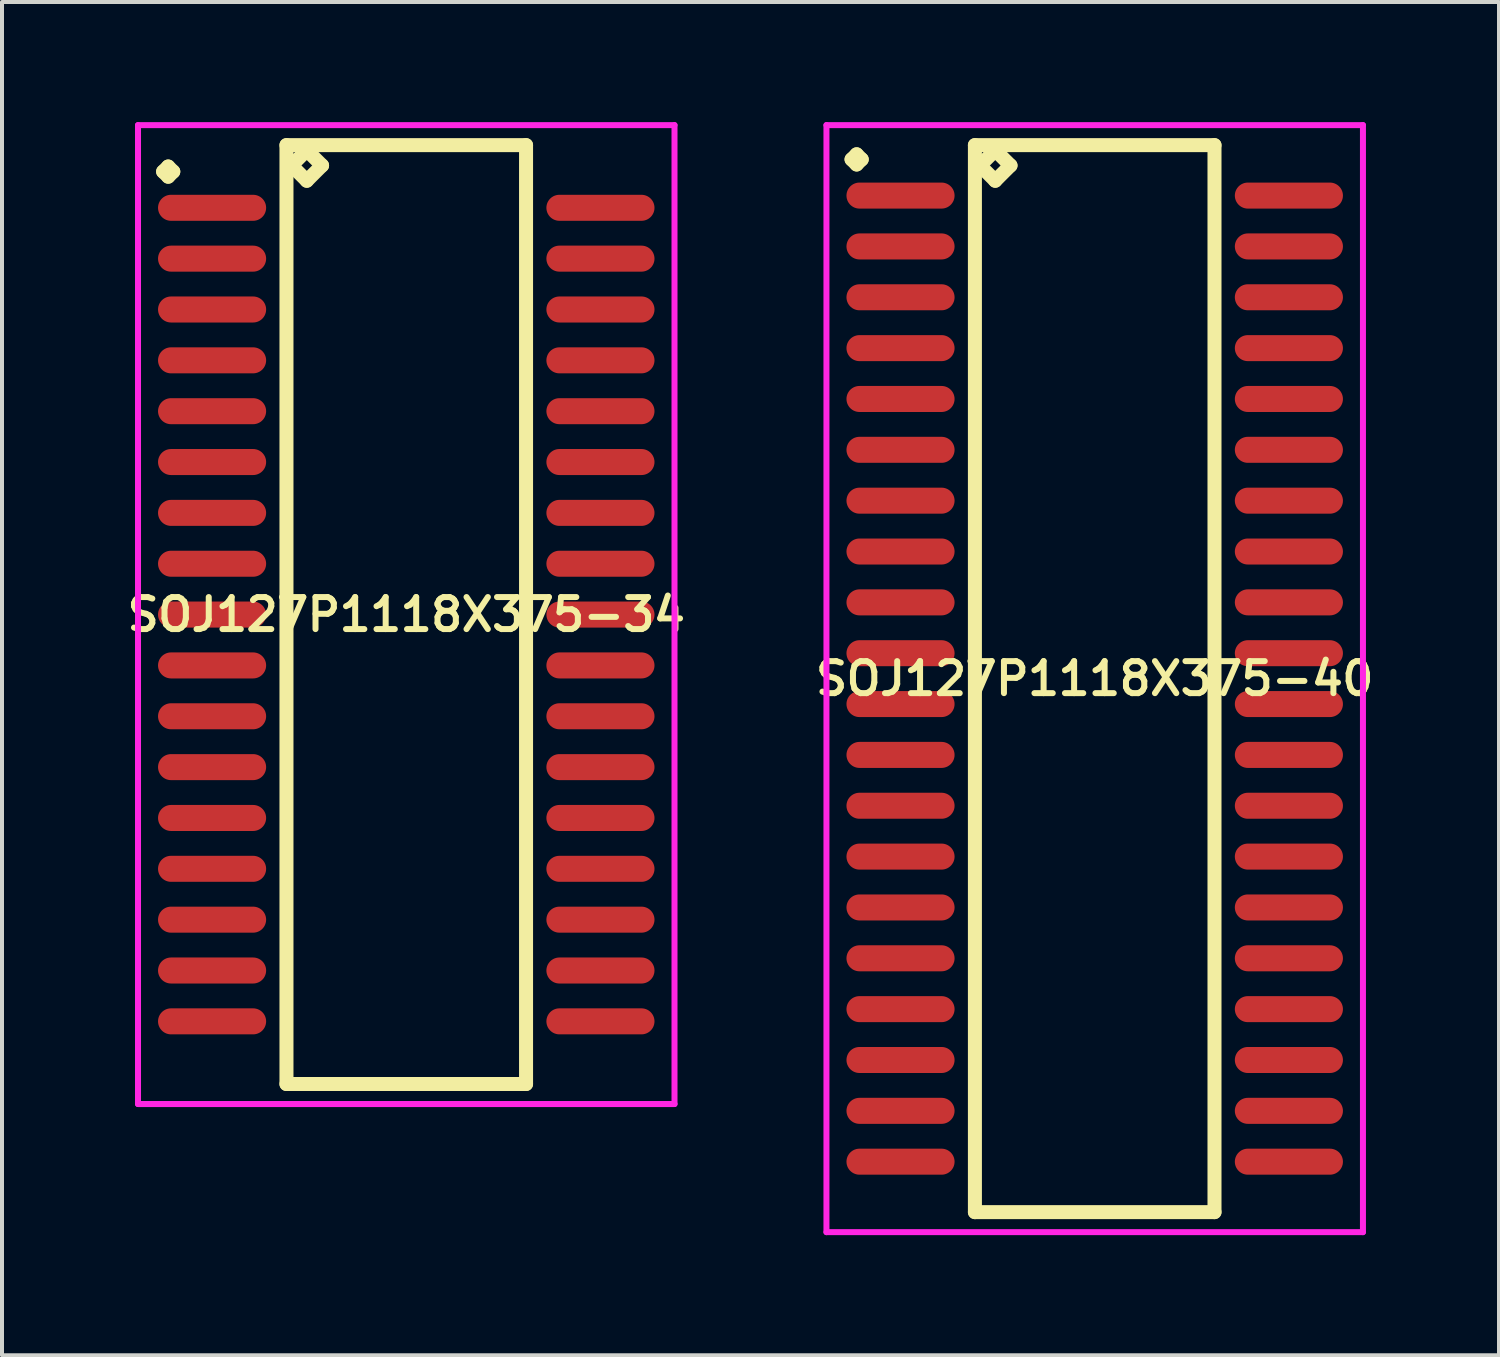
<source format=kicad_pcb>
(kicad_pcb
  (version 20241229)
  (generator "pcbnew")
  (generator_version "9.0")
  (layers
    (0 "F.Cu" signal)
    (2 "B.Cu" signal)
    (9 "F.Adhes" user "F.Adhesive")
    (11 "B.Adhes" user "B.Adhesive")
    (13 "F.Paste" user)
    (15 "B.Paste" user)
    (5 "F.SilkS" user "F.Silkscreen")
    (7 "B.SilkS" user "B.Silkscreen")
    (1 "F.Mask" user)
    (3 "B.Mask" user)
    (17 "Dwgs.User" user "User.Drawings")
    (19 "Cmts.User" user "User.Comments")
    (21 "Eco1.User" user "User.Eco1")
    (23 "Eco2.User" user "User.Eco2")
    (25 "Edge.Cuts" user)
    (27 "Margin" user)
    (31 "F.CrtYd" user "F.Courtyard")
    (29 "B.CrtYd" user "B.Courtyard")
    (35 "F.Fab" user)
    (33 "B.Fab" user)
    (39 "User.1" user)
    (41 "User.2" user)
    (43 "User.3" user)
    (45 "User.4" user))
  (footprint "SOJ127P1118X375-40"
    (layer "F.Cu")
    (at 24.292 13.9)
    (property "Reference" "SOJ127P1118X375-40" (at 0 0 0) (layer "F.SilkS") (effects (font (size 0.8 0.8) (thickness 0.15))))
    (attr smd)
    (fp_line (start -6.073 -12.969) (end -5.946 -13.096) (stroke (width 0.35) (type solid)) (layer "F.SilkS"))
    (fp_line (start -5.946 -13.096) (end -5.819 -12.969) (stroke (width 0.35) (type solid)) (layer "F.SilkS"))
    (fp_line (start -5.946 -12.842) (end -6.073 -12.969) (stroke (width 0.35) (type solid)) (layer "F.SilkS"))
    (fp_line (start -5.819 -12.969) (end -5.946 -12.842) (stroke (width 0.35) (type solid)) (layer "F.SilkS"))
    (fp_line (start -2.992 -13.325) (end -2.992 13.325) (stroke (width 0.35) (type solid)) (layer "F.SilkS"))
    (fp_line (start -2.992 13.325) (end 2.992 13.325) (stroke (width 0.35) (type solid)) (layer "F.SilkS"))
    (fp_line (start -2.865 -12.817) (end -2.484 -13.198) (stroke (width 0.35) (type solid)) (layer "F.SilkS"))
    (fp_line (start -2.484 -13.198) (end -2.103 -12.817) (stroke (width 0.35) (type solid)) (layer "F.SilkS"))
    (fp_line (start -2.484 -12.436) (end -2.865 -12.817) (stroke (width 0.35) (type solid)) (layer "F.SilkS"))
    (fp_line (start -2.103 -12.817) (end -2.484 -12.436) (stroke (width 0.35) (type solid)) (layer "F.SilkS"))
    (fp_line (start 2.992 -13.325) (end -2.992 -13.325) (stroke (width 0.35) (type solid)) (layer "F.SilkS"))
    (fp_line (start 2.992 13.325) (end 2.992 -13.325) (stroke (width 0.35) (type solid)) (layer "F.SilkS"))
    (fp_line (start -6.7 -13.825) (end 6.7 -13.825) (stroke (width 0.15) (type solid)) (layer "F.CrtYd"))
    (fp_line (start -6.7 13.825) (end -6.7 -13.825) (stroke (width 0.15) (type solid)) (layer "F.CrtYd"))
    (fp_line (start 6.7 -13.825) (end 6.7 13.825) (stroke (width 0.15) (type solid)) (layer "F.CrtYd"))
    (fp_line (start 6.7 13.825) (end -6.7 13.825) (stroke (width 0.15) (type solid)) (layer "F.CrtYd"))
    (pad "1" smd oval (at -4.85 -12.065) (size 2.7 0.65) (layers "F.Cu" "F.Mask" "F.Paste"))
    (pad "2" smd oval (at -4.85 -10.795) (size 2.7 0.65) (layers "F.Cu" "F.Mask" "F.Paste"))
    (pad "3" smd oval (at -4.85 -9.525) (size 2.7 0.65) (layers "F.Cu" "F.Mask" "F.Paste"))
    (pad "4" smd oval (at -4.85 -8.255) (size 2.7 0.65) (layers "F.Cu" "F.Mask" "F.Paste"))
    (pad "5" smd oval (at -4.85 -6.985) (size 2.7 0.65) (layers "F.Cu" "F.Mask" "F.Paste"))
    (pad "6" smd oval (at -4.85 -5.715) (size 2.7 0.65) (layers "F.Cu" "F.Mask" "F.Paste"))
    (pad "7" smd oval (at -4.85 -4.445) (size 2.7 0.65) (layers "F.Cu" "F.Mask" "F.Paste"))
    (pad "8" smd oval (at -4.85 -3.175) (size 2.7 0.65) (layers "F.Cu" "F.Mask" "F.Paste"))
    (pad "9" smd oval (at -4.85 -1.905) (size 2.7 0.65) (layers "F.Cu" "F.Mask" "F.Paste"))
    (pad "10" smd oval (at -4.85 -0.635) (size 2.7 0.65) (layers "F.Cu" "F.Mask" "F.Paste"))
    (pad "11" smd oval (at -4.85 0.635) (size 2.7 0.65) (layers "F.Cu" "F.Mask" "F.Paste"))
    (pad "12" smd oval (at -4.85 1.905) (size 2.7 0.65) (layers "F.Cu" "F.Mask" "F.Paste"))
    (pad "13" smd oval (at -4.85 3.175) (size 2.7 0.65) (layers "F.Cu" "F.Mask" "F.Paste"))
    (pad "14" smd oval (at -4.85 4.445) (size 2.7 0.65) (layers "F.Cu" "F.Mask" "F.Paste"))
    (pad "15" smd oval (at -4.85 5.715) (size 2.7 0.65) (layers "F.Cu" "F.Mask" "F.Paste"))
    (pad "16" smd oval (at -4.85 6.985) (size 2.7 0.65) (layers "F.Cu" "F.Mask" "F.Paste"))
    (pad "17" smd oval (at -4.85 8.255) (size 2.7 0.65) (layers "F.Cu" "F.Mask" "F.Paste"))
    (pad "18" smd oval (at -4.85 9.525) (size 2.7 0.65) (layers "F.Cu" "F.Mask" "F.Paste"))
    (pad "19" smd oval (at -4.85 10.795) (size 2.7 0.65) (layers "F.Cu" "F.Mask" "F.Paste"))
    (pad "20" smd oval (at -4.85 12.065) (size 2.7 0.65) (layers "F.Cu" "F.Mask" "F.Paste"))
    (pad "21" smd oval (at 4.85 12.065) (size 2.7 0.65) (layers "F.Cu" "F.Mask" "F.Paste"))
    (pad "22" smd oval (at 4.85 10.795) (size 2.7 0.65) (layers "F.Cu" "F.Mask" "F.Paste"))
    (pad "23" smd oval (at 4.85 9.525) (size 2.7 0.65) (layers "F.Cu" "F.Mask" "F.Paste"))
    (pad "24" smd oval (at 4.85 8.255) (size 2.7 0.65) (layers "F.Cu" "F.Mask" "F.Paste"))
    (pad "25" smd oval (at 4.85 6.985) (size 2.7 0.65) (layers "F.Cu" "F.Mask" "F.Paste"))
    (pad "26" smd oval (at 4.85 5.715) (size 2.7 0.65) (layers "F.Cu" "F.Mask" "F.Paste"))
    (pad "27" smd oval (at 4.85 4.445) (size 2.7 0.65) (layers "F.Cu" "F.Mask" "F.Paste"))
    (pad "28" smd oval (at 4.85 3.175) (size 2.7 0.65) (layers "F.Cu" "F.Mask" "F.Paste"))
    (pad "29" smd oval (at 4.85 1.905) (size 2.7 0.65) (layers "F.Cu" "F.Mask" "F.Paste"))
    (pad "30" smd oval (at 4.85 0.635) (size 2.7 0.65) (layers "F.Cu" "F.Mask" "F.Paste"))
    (pad "31" smd oval (at 4.85 -0.635) (size 2.7 0.65) (layers "F.Cu" "F.Mask" "F.Paste"))
    (pad "32" smd oval (at 4.85 -1.905) (size 2.7 0.65) (layers "F.Cu" "F.Mask" "F.Paste"))
    (pad "33" smd oval (at 4.85 -3.175) (size 2.7 0.65) (layers "F.Cu" "F.Mask" "F.Paste"))
    (pad "34" smd oval (at 4.85 -4.445) (size 2.7 0.65) (layers "F.Cu" "F.Mask" "F.Paste"))
    (pad "35" smd oval (at 4.85 -5.715) (size 2.7 0.65) (layers "F.Cu" "F.Mask" "F.Paste"))
    (pad "36" smd oval (at 4.85 -6.985) (size 2.7 0.65) (layers "F.Cu" "F.Mask" "F.Paste"))
    (pad "37" smd oval (at 4.85 -8.255) (size 2.7 0.65) (layers "F.Cu" "F.Mask" "F.Paste"))
    (pad "38" smd oval (at 4.85 -9.525) (size 2.7 0.65) (layers "F.Cu" "F.Mask" "F.Paste"))
    (pad "39" smd oval (at 4.85 -10.795) (size 2.7 0.65) (layers "F.Cu" "F.Mask" "F.Paste"))
    (pad "40" smd oval (at 4.85 -12.065) (size 2.7 0.65) (layers "F.Cu" "F.Mask" "F.Paste")))
  (footprint "SOJ127P1118X375-34"
    (layer "F.Cu")
    (at 7.097 12.3)
    (property "Reference" "SOJ127P1118X375-34" (at 0 0 0) (layer "F.SilkS") (effects (font (size 0.8 0.8) (thickness 0.15))))
    (attr smd)
    (fp_line (start -6.073 -11.064) (end -5.946 -11.191) (stroke (width 0.35) (type solid)) (layer "F.SilkS"))
    (fp_line (start -5.946 -11.191) (end -5.819 -11.064) (stroke (width 0.35) (type solid)) (layer "F.SilkS"))
    (fp_line (start -5.946 -10.937) (end -6.073 -11.064) (stroke (width 0.35) (type solid)) (layer "F.SilkS"))
    (fp_line (start -5.819 -11.064) (end -5.946 -10.937) (stroke (width 0.35) (type solid)) (layer "F.SilkS"))
    (fp_line (start -2.992 -11.725) (end -2.992 11.725) (stroke (width 0.35) (type solid)) (layer "F.SilkS"))
    (fp_line (start -2.992 11.725) (end 2.992 11.725) (stroke (width 0.35) (type solid)) (layer "F.SilkS"))
    (fp_line (start -2.865 -11.217) (end -2.484 -11.598) (stroke (width 0.35) (type solid)) (layer "F.SilkS"))
    (fp_line (start -2.484 -11.598) (end -2.103 -11.217) (stroke (width 0.35) (type solid)) (layer "F.SilkS"))
    (fp_line (start -2.484 -10.836) (end -2.865 -11.217) (stroke (width 0.35) (type solid)) (layer "F.SilkS"))
    (fp_line (start -2.103 -11.217) (end -2.484 -10.836) (stroke (width 0.35) (type solid)) (layer "F.SilkS"))
    (fp_line (start 2.992 -11.725) (end -2.992 -11.725) (stroke (width 0.35) (type solid)) (layer "F.SilkS"))
    (fp_line (start 2.992 11.725) (end 2.992 -11.725) (stroke (width 0.35) (type solid)) (layer "F.SilkS"))
    (fp_line (start -6.7 -12.225) (end 6.7 -12.225) (stroke (width 0.15) (type solid)) (layer "F.CrtYd"))
    (fp_line (start -6.7 12.225) (end -6.7 -12.225) (stroke (width 0.15) (type solid)) (layer "F.CrtYd"))
    (fp_line (start 6.7 -12.225) (end 6.7 12.225) (stroke (width 0.15) (type solid)) (layer "F.CrtYd"))
    (fp_line (start 6.7 12.225) (end -6.7 12.225) (stroke (width 0.15) (type solid)) (layer "F.CrtYd"))
    (pad "1" smd oval (at -4.85 -10.16) (size 2.7 0.65) (layers "F.Cu" "F.Mask" "F.Paste"))
    (pad "2" smd oval (at -4.85 -8.89) (size 2.7 0.65) (layers "F.Cu" "F.Mask" "F.Paste"))
    (pad "3" smd oval (at -4.85 -7.62) (size 2.7 0.65) (layers "F.Cu" "F.Mask" "F.Paste"))
    (pad "4" smd oval (at -4.85 -6.35) (size 2.7 0.65) (layers "F.Cu" "F.Mask" "F.Paste"))
    (pad "5" smd oval (at -4.85 -5.08) (size 2.7 0.65) (layers "F.Cu" "F.Mask" "F.Paste"))
    (pad "6" smd oval (at -4.85 -3.81) (size 2.7 0.65) (layers "F.Cu" "F.Mask" "F.Paste"))
    (pad "7" smd oval (at -4.85 -2.54) (size 2.7 0.65) (layers "F.Cu" "F.Mask" "F.Paste"))
    (pad "8" smd oval (at -4.85 -1.27) (size 2.7 0.65) (layers "F.Cu" "F.Mask" "F.Paste"))
    (pad "9" smd oval (at -4.85 0) (size 2.7 0.65) (layers "F.Cu" "F.Mask" "F.Paste"))
    (pad "10" smd oval (at -4.85 1.27) (size 2.7 0.65) (layers "F.Cu" "F.Mask" "F.Paste"))
    (pad "11" smd oval (at -4.85 2.54) (size 2.7 0.65) (layers "F.Cu" "F.Mask" "F.Paste"))
    (pad "12" smd oval (at -4.85 3.81) (size 2.7 0.65) (layers "F.Cu" "F.Mask" "F.Paste"))
    (pad "13" smd oval (at -4.85 5.08) (size 2.7 0.65) (layers "F.Cu" "F.Mask" "F.Paste"))
    (pad "14" smd oval (at -4.85 6.35) (size 2.7 0.65) (layers "F.Cu" "F.Mask" "F.Paste"))
    (pad "15" smd oval (at -4.85 7.62) (size 2.7 0.65) (layers "F.Cu" "F.Mask" "F.Paste"))
    (pad "16" smd oval (at -4.85 8.89) (size 2.7 0.65) (layers "F.Cu" "F.Mask" "F.Paste"))
    (pad "17" smd oval (at -4.85 10.16) (size 2.7 0.65) (layers "F.Cu" "F.Mask" "F.Paste"))
    (pad "18" smd oval (at 4.85 10.16) (size 2.7 0.65) (layers "F.Cu" "F.Mask" "F.Paste"))
    (pad "19" smd oval (at 4.85 8.89) (size 2.7 0.65) (layers "F.Cu" "F.Mask" "F.Paste"))
    (pad "20" smd oval (at 4.85 7.62) (size 2.7 0.65) (layers "F.Cu" "F.Mask" "F.Paste"))
    (pad "21" smd oval (at 4.85 6.35) (size 2.7 0.65) (layers "F.Cu" "F.Mask" "F.Paste"))
    (pad "22" smd oval (at 4.85 5.08) (size 2.7 0.65) (layers "F.Cu" "F.Mask" "F.Paste"))
    (pad "23" smd oval (at 4.85 3.81) (size 2.7 0.65) (layers "F.Cu" "F.Mask" "F.Paste"))
    (pad "24" smd oval (at 4.85 2.54) (size 2.7 0.65) (layers "F.Cu" "F.Mask" "F.Paste"))
    (pad "25" smd oval (at 4.85 1.27) (size 2.7 0.65) (layers "F.Cu" "F.Mask" "F.Paste"))
    (pad "26" smd oval (at 4.85 0) (size 2.7 0.65) (layers "F.Cu" "F.Mask" "F.Paste"))
    (pad "27" smd oval (at 4.85 -1.27) (size 2.7 0.65) (layers "F.Cu" "F.Mask" "F.Paste"))
    (pad "28" smd oval (at 4.85 -2.54) (size 2.7 0.65) (layers "F.Cu" "F.Mask" "F.Paste"))
    (pad "29" smd oval (at 4.85 -3.81) (size 2.7 0.65) (layers "F.Cu" "F.Mask" "F.Paste"))
    (pad "30" smd oval (at 4.85 -5.08) (size 2.7 0.65) (layers "F.Cu" "F.Mask" "F.Paste"))
    (pad "31" smd oval (at 4.85 -6.35) (size 2.7 0.65) (layers "F.Cu" "F.Mask" "F.Paste"))
    (pad "32" smd oval (at 4.85 -7.62) (size 2.7 0.65) (layers "F.Cu" "F.Mask" "F.Paste"))
    (pad "33" smd oval (at 4.85 -8.89) (size 2.7 0.65) (layers "F.Cu" "F.Mask" "F.Paste"))
    (pad "34" smd oval (at 4.85 -10.16) (size 2.7 0.65) (layers "F.Cu" "F.Mask" "F.Paste")))
  (gr_rect
    (start -3 -3)
    (end 34.39 30.8)
    (stroke (width 0.1) (type default))
    (fill no)
    (layer "Edge.Cuts")))
</source>
